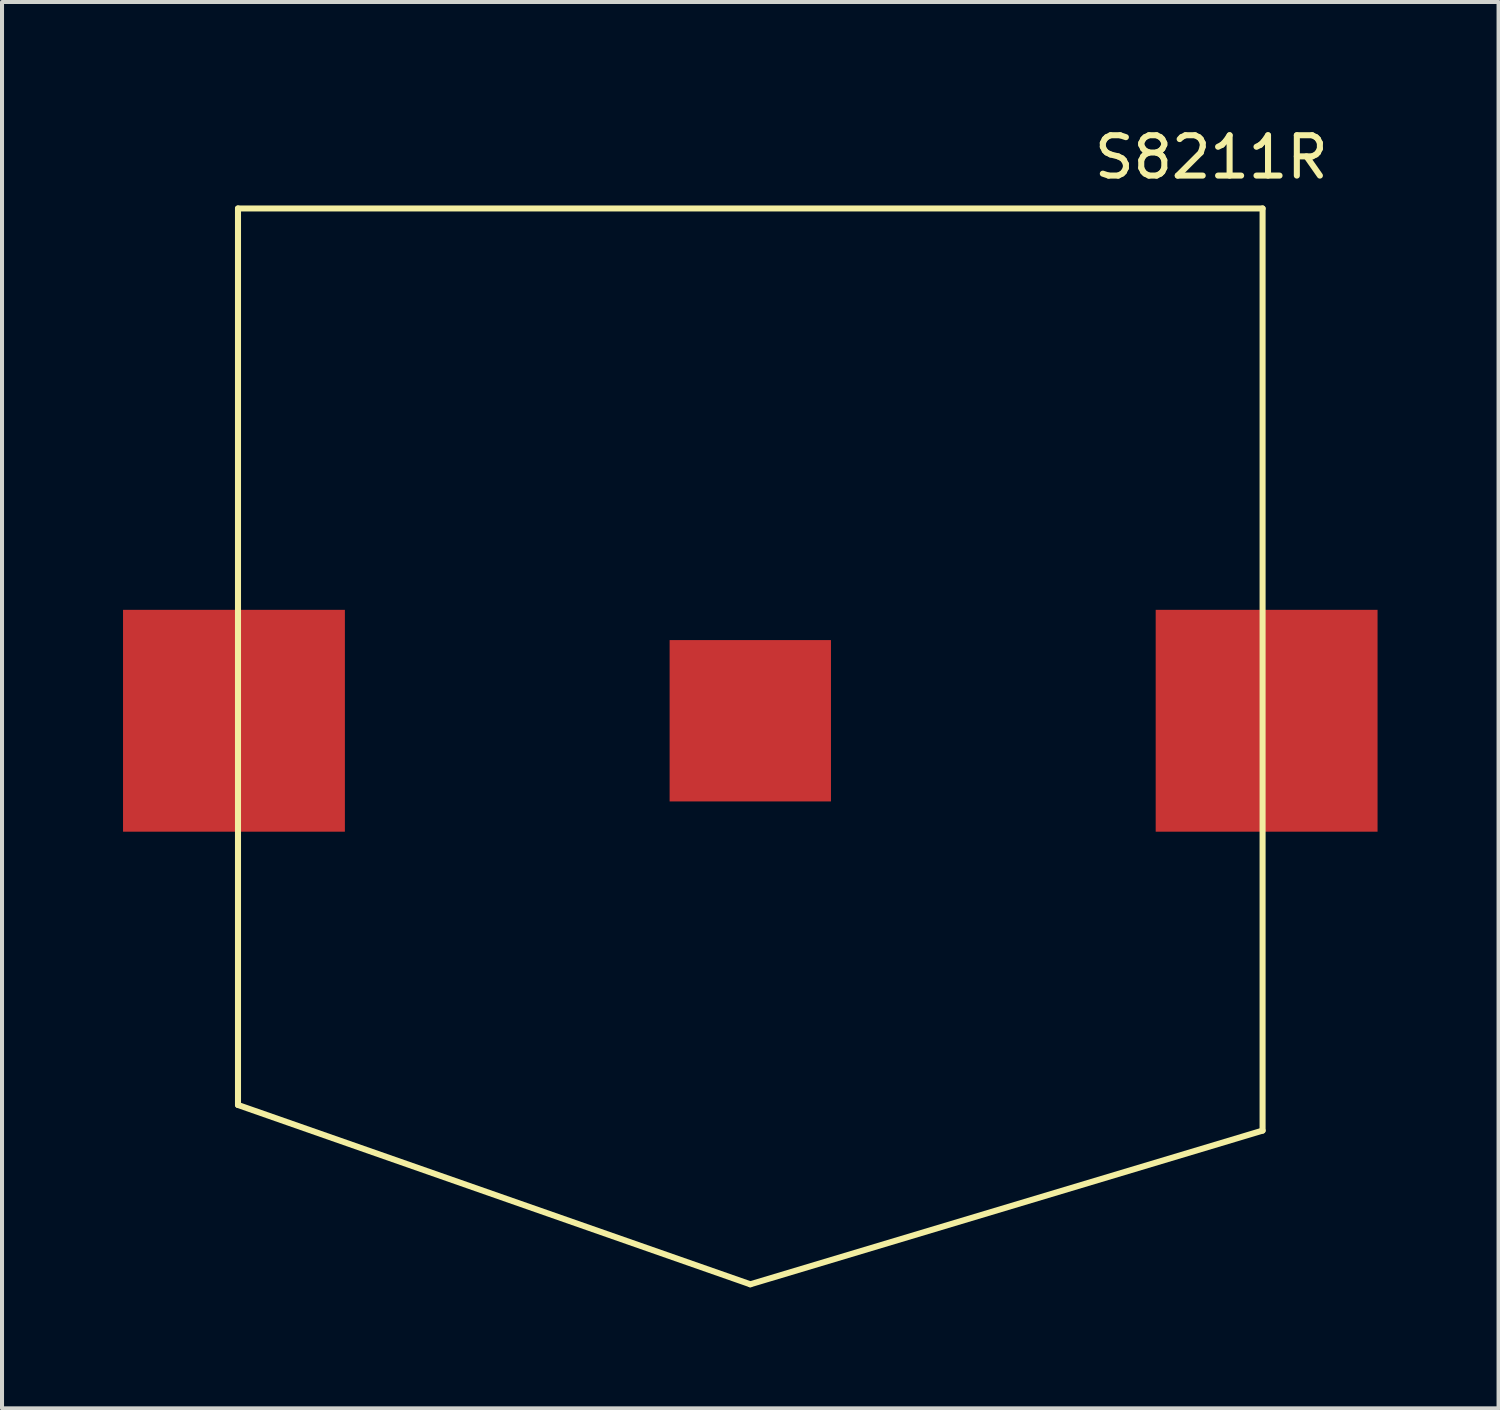
<source format=kicad_pcb>
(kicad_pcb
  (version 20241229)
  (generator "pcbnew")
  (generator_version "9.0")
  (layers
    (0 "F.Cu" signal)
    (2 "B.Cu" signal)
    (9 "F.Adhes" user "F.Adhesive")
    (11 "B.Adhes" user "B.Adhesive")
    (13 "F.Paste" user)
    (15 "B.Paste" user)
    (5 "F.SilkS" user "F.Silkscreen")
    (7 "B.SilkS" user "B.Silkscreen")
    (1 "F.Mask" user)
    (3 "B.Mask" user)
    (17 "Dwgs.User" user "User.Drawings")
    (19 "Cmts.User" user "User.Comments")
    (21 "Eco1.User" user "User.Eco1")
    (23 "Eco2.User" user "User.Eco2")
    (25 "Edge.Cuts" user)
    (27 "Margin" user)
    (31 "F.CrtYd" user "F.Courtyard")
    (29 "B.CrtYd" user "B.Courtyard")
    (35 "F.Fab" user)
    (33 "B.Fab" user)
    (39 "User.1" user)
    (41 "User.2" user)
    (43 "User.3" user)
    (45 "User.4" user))
  (footprint "S8211R"
    (layer "F.Cu")
    (at 15.55 14.818)
    (property "Reference" "S8211R" (at 11.43 -13.97 0) (layer "F.SilkS") (effects (font (size 1 1) (thickness 0.15))))
    (attr through_hole)
    (fp_line (start -12.7 -12.7) (end 12.7 -12.7) (stroke (width 0.15) (type solid)) (layer "F.SilkS"))
    (fp_line (start -12.7 9.525) (end -12.7 -12.7) (stroke (width 0.15) (type solid)) (layer "F.SilkS"))
    (fp_line (start 0 13.97) (end -12.7 9.525) (stroke (width 0.15) (type solid)) (layer "F.SilkS"))
    (fp_line (start 12.7 -12.7) (end 12.7 10.16) (stroke (width 0.15) (type solid)) (layer "F.SilkS"))
    (fp_line (start 12.7 10.16) (end 0 13.97) (stroke (width 0.15) (type solid)) (layer "F.SilkS"))
    (pad "1" smd rect (at -12.8 0) (size 5.5 5.5) (layers "F.Cu" "F.Mask" "F.Paste"))
    (pad "1" smd rect (at 12.8 0) (size 5.5 5.5) (layers "F.Cu" "F.Mask" "F.Paste"))
    (pad "2" smd rect (at 0 0) (size 4 4) (layers "F.Cu" "F.Mask" "F.Paste")))
  (gr_rect
    (start -3 -3)
    (end 34.1 31.863)
    (stroke (width 0.1) (type default))
    (fill no)
    (layer "Edge.Cuts")))
</source>
